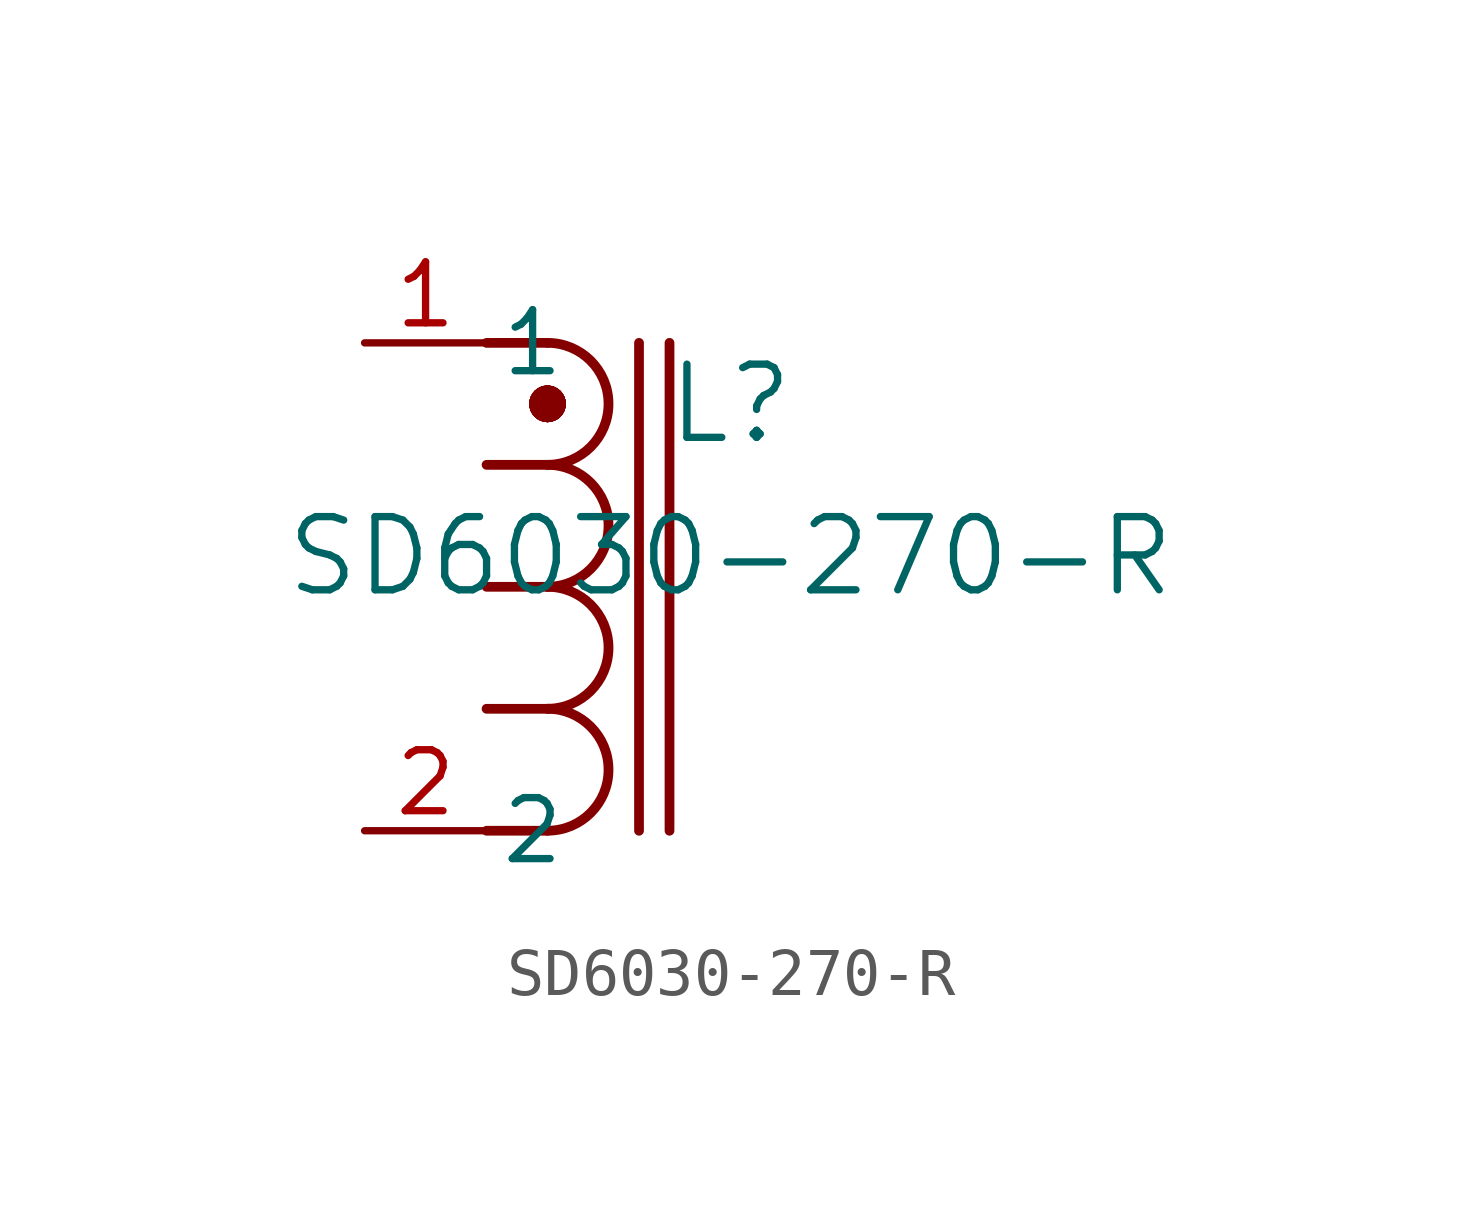
<source format=kicad_sym>
(kicad_symbol_lib
  (version 20211014)
  (generator kicad_symbol_editor)
  (symbol "SD6030-270-R"
    (pin_names
      (offset 0.254))
    (property "Reference" "L"
      (at 7.62 -1.27 0)
      (effects (font (size 1.524 1.524))))
    (property "Value" "SD6030-270-R"
      (at 7.62 -4.445 0)
      (effects (font (size 1.524 1.524))))
    (arc
      (start 3.81 -7.62)
      (mid 5.08 -6.35)
      (end 3.81 -5.08)
      (stroke (width 0.2032) (type default) (color 0 0 0 0))
      (fill (type none)))
    (arc
      (start 3.81 -10.16)
      (mid 5.08 -8.89)
      (end 3.81 -7.62)
      (stroke (width 0.2032) (type default) (color 0 0 0 0))
      (fill (type none)))
    (arc
      (start 3.81 -2.54)
      (mid 5.08 -1.27)
      (end 3.81 0)
      (stroke (width 0.2032) (type default) (color 0 0 0 0))
      (fill (type none)))
    (arc
      (start 3.81 -5.08)
      (mid 5.08 -3.81)
      (end 3.81 -2.54)
      (stroke (width 0.2032) (type default) (color 0 0 0 0))
      (fill (type none)))
    (polyline
      (pts (xy 2.54 -5.08) (xy 3.81 -5.08))
      (stroke (width 0.203) (type default) (color 0 0 0 0))
      (fill (type none)))
    (polyline
      (pts (xy 2.54 -7.62) (xy 3.81 -7.62))
      (stroke (width 0.203) (type default) (color 0 0 0 0))
      (fill (type none)))
    (polyline
      (pts (xy 3.683 -1.27) (xy 3.81 -1.27))
      (stroke (width 0.508) (type default) (color 0 0 0 0))
      (fill (type none)))
    (polyline
      (pts (xy 2.54 -10.16) (xy 3.81 -10.16))
      (stroke (width 0.203) (type default) (color 0 0 0 0))
      (fill (type none)))
    (polyline
      (pts (xy 2.54 -2.54) (xy 3.81 -2.54))
      (stroke (width 0.203) (type default) (color 0 0 0 0))
      (fill (type none)))
    (polyline
      (pts (xy 6.35 0) (xy 6.35 -10.16))
      (stroke (width 0.203) (type default) (color 0 0 0 0))
      (fill (type none)))
    (polyline
      (pts (xy 5.715 0) (xy 5.715 -10.16))
      (stroke (width 0.203) (type default) (color 0 0 0 0))
      (fill (type none)))
    (arc
      (start 3.81 -1.524)
      (mid 4.064 -1.27)
      (end 3.81 -1.016)
      (stroke (width 0.254) (type default) (color 0 0 0 0))
      (fill (type none)))
    (arc
      (start 3.81 -1.016)
      (mid 3.556 -1.27)
      (end 3.81 -1.524)
      (stroke (width 0.254) (type default) (color 0 0 0 0))
      (fill (type none)))
    (arc
      (start 3.81 -1.524)
      (mid 4.064 -1.27)
      (end 3.81 -1.016)
      (stroke (width 0.254) (type default) (color 0 0 0 0))
      (fill (type none)))
    (arc
      (start 3.81 -1.016)
      (mid 3.556 -1.27)
      (end 3.81 -1.524)
      (stroke (width 0.254) (type default) (color 0 0 0 0))
      (fill (type none)))
    (arc
      (start 3.81 -1.524)
      (mid 4.064 -1.27)
      (end 3.81 -1.016)
      (stroke (width 0.254) (type default) (color 0 0 0 0))
      (fill (type none)))
    (arc
      (start 3.81 -1.016)
      (mid 3.556 -1.27)
      (end 3.81 -1.524)
      (stroke (width 0.254) (type default) (color 0 0 0 0))
      (fill (type none)))
    (arc
      (start 3.81 -1.524)
      (mid 4.064 -1.27)
      (end 3.81 -1.016)
      (stroke (width 0.254) (type default) (color 0 0 0 0))
      (fill (type none)))
    (arc
      (start 3.81 -1.016)
      (mid 3.556 -1.27)
      (end 3.81 -1.524)
      (stroke (width 0.254) (type default) (color 0 0 0 0))
      (fill (type none)))
    (arc
      (start 3.81 -1.524)
      (mid 4.064 -1.27)
      (end 3.81 -1.016)
      (stroke (width 0.254) (type default) (color 0 0 0 0))
      (fill (type none)))
    (arc
      (start 3.81 -1.016)
      (mid 3.556 -1.27)
      (end 3.81 -1.524)
      (stroke (width 0.254) (type default) (color 0 0 0 0))
      (fill (type none)))
    (arc
      (start 3.81 -1.524)
      (mid 4.064 -1.27)
      (end 3.81 -1.016)
      (stroke (width 0.254) (type default) (color 0 0 0 0))
      (fill (type none)))
    (arc
      (start 3.81 -1.016)
      (mid 3.556 -1.27)
      (end 3.81 -1.524)
      (stroke (width 0.254) (type default) (color 0 0 0 0))
      (fill (type none)))
    (arc
      (start 3.81 -1.524)
      (mid 4.064 -1.27)
      (end 3.81 -1.016)
      (stroke (width 0.254) (type default) (color 0 0 0 0))
      (fill (type none)))
    (arc
      (start 3.81 -1.016)
      (mid 3.556 -1.27)
      (end 3.81 -1.524)
      (stroke (width 0.254) (type default) (color 0 0 0 0))
      (fill (type none)))
    (polyline
      (pts (xy 2.54 0) (xy 3.81 0))
      (stroke (width 0.203) (type default) (color 0 0 0 0))
      (fill (type none)))
    (pin unspecified line
      (at 0 0 0)
      (length 2.54)
      (name "1" (effects (font (size 1.27 1.27))))
      (number "1" (effects (font (size 1.27 1.27)))))
    (pin unspecified line
      (at 0 -10.16 0)
      (length 2.54)
      (name "2" (effects (font (size 1.27 1.27))))
      (number "2" (effects (font (size 1.27 1.27)))))))
</source>
